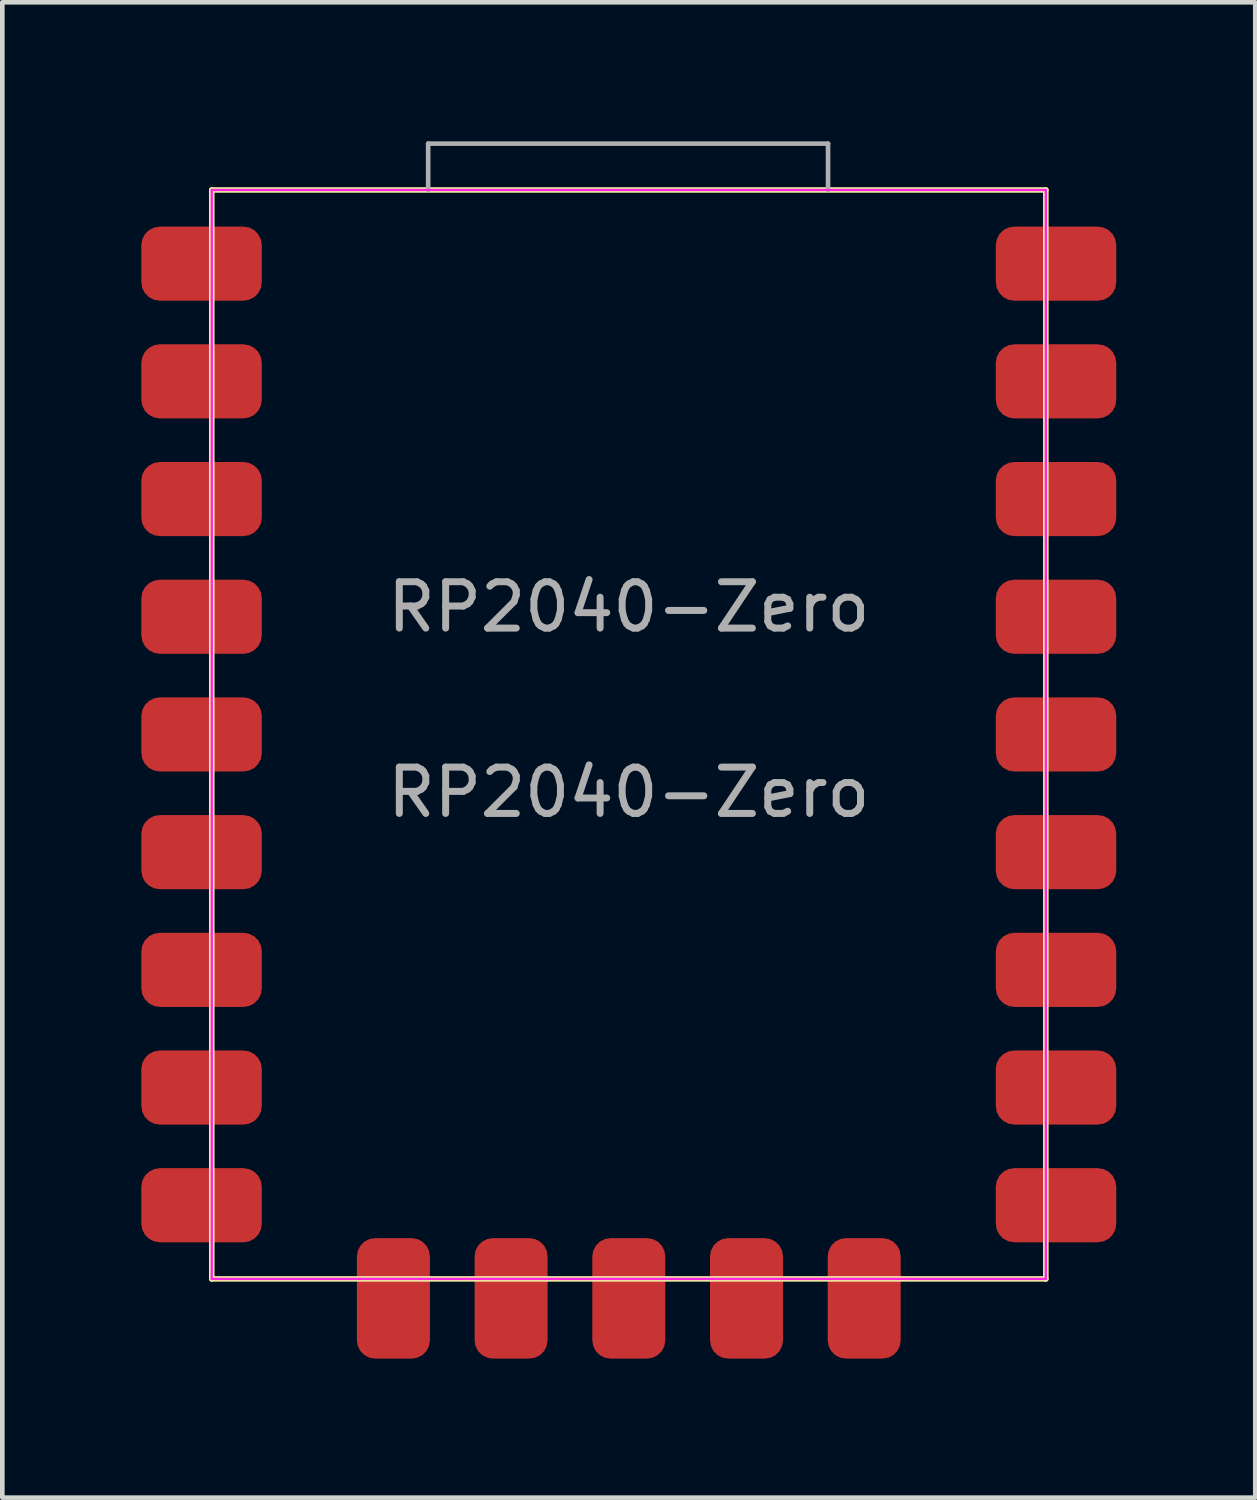
<source format=kicad_pcb>
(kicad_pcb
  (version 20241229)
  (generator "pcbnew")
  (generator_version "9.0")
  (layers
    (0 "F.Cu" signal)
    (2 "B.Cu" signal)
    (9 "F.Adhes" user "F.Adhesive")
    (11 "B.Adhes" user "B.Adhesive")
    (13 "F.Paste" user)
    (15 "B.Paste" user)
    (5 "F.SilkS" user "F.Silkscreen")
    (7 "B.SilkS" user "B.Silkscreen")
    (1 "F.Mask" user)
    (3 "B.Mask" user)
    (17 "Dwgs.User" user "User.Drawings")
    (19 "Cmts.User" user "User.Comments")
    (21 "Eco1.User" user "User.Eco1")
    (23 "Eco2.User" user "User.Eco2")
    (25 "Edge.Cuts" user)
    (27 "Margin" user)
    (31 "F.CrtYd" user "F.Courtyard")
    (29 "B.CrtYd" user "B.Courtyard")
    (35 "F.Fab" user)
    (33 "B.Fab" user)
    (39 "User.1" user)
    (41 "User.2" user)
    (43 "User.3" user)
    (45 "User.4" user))
  (footprint "RP2040-Zero"
    (layer "F.Cu")
    (at 0.36 25.5)
    (property "Reference" "RP2040-Zero" (at 10.16 -15.45 0) (unlocked yes) (layer "F.Fab") (effects (font (size 1 1) (thickness 0.15))))
    (attr through_hole)
    (fp_line (start 1.16 -24.45) (end 1.16 -0.95) (stroke (width 0.12) (type solid)) (layer "F.SilkS"))
    (fp_line (start 1.16 -0.95) (end 19.16 -0.95) (stroke (width 0.12) (type solid)) (layer "F.SilkS"))
    (fp_line (start 19.16 -24.45) (end 1.16 -24.45) (stroke (width 0.12) (type solid)) (layer "F.SilkS"))
    (fp_line (start 19.16 -0.95) (end 19.16 -24.45) (stroke (width 0.12) (type solid)) (layer "F.SilkS"))
    (fp_line (start 1.16 -24.45) (end 19.16 -24.45) (stroke (width 0.05) (type solid)) (layer "F.CrtYd"))
    (fp_line (start 1.16 -0.95) (end 1.16 -24.45) (stroke (width 0.05) (type solid)) (layer "F.CrtYd"))
    (fp_line (start 19.16 -24.45) (end 19.16 -0.95) (stroke (width 0.05) (type solid)) (layer "F.CrtYd"))
    (fp_line (start 19.16 -0.95) (end 1.16 -0.95) (stroke (width 0.05) (type solid)) (layer "F.CrtYd"))
    (fp_line (start 5.83 -25.45) (end 5.83 -24.45) (stroke (width 0.1) (type solid)) (layer "F.Fab"))
    (fp_line (start 5.83 -25.45) (end 14.46 -25.45) (stroke (width 0.1) (type solid)) (layer "F.Fab"))
    (fp_line (start 14.46 -25.45) (end 14.46 -24.45) (stroke (width 0.1) (type solid)) (layer "F.Fab"))
    (fp_text user "${REFERENCE}" (at 10.16 -11.45 0) (unlocked yes) (layer "F.Fab") (effects (font (size 1 1) (thickness 0.15))))
    (pad "1" smd roundrect (at 19.38 -22.86) (size 2.6 1.6) (layers "F.Cu" "F.Mask" "F.Paste") (roundrect_rratio 0.25))
    (pad "2" smd roundrect (at 19.38 -20.32) (size 2.6 1.6) (layers "F.Cu" "F.Mask" "F.Paste") (roundrect_rratio 0.25))
    (pad "3" smd roundrect (at 19.38 -17.78) (size 2.6 1.6) (layers "F.Cu" "F.Mask" "F.Paste") (roundrect_rratio 0.25))
    (pad "4" smd roundrect (at 19.38 -15.24) (size 2.6 1.6) (layers "F.Cu" "F.Mask" "F.Paste") (roundrect_rratio 0.25))
    (pad "5" smd roundrect (at 19.38 -12.7) (size 2.6 1.6) (layers "F.Cu" "F.Mask" "F.Paste") (roundrect_rratio 0.25))
    (pad "6" smd roundrect (at 19.38 -10.16) (size 2.6 1.6) (layers "F.Cu" "F.Mask" "F.Paste") (roundrect_rratio 0.25))
    (pad "7" smd roundrect (at 19.38 -7.62) (size 2.6 1.6) (layers "F.Cu" "F.Mask" "F.Paste") (roundrect_rratio 0.25))
    (pad "8" smd roundrect (at 19.38 -5.08) (size 2.6 1.6) (layers "F.Cu" "F.Mask" "F.Paste") (roundrect_rratio 0.25))
    (pad "9" smd roundrect (at 19.38 -2.54) (size 2.6 1.6) (layers "F.Cu" "F.Mask" "F.Paste") (roundrect_rratio 0.25))
    (pad "10" smd roundrect (at 15.24 -0.53) (size 1.575 2.6) (layers "F.Cu" "F.Mask" "F.Paste") (roundrect_rratio 0.25))
    (pad "11" smd roundrect (at 12.7 -0.53) (size 1.575 2.6) (layers "F.Cu" "F.Mask" "F.Paste") (roundrect_rratio 0.25))
    (pad "12" smd roundrect (at 10.16 -0.53) (size 1.575 2.6) (layers "F.Cu" "F.Mask" "F.Paste") (roundrect_rratio 0.25))
    (pad "13" smd roundrect (at 7.62 -0.53) (size 1.575 2.6) (layers "F.Cu" "F.Mask" "F.Paste") (roundrect_rratio 0.25))
    (pad "14" smd roundrect (at 5.08 -0.53) (size 1.575 2.6) (layers "F.Cu" "F.Mask" "F.Paste") (roundrect_rratio 0.25))
    (pad "15" smd roundrect (at 0.94 -2.54) (size 2.6 1.6) (layers "F.Cu" "F.Mask" "F.Paste") (roundrect_rratio 0.25))
    (pad "16" smd roundrect (at 0.94 -5.08) (size 2.6 1.6) (layers "F.Cu" "F.Mask" "F.Paste") (roundrect_rratio 0.25))
    (pad "17" smd roundrect (at 0.94 -7.62) (size 2.6 1.6) (layers "F.Cu" "F.Mask" "F.Paste") (roundrect_rratio 0.25))
    (pad "18" smd roundrect (at 0.94 -10.16) (size 2.6 1.6) (layers "F.Cu" "F.Mask" "F.Paste") (roundrect_rratio 0.25))
    (pad "19" smd roundrect (at 0.94 -12.7) (size 2.6 1.6) (layers "F.Cu" "F.Mask" "F.Paste") (roundrect_rratio 0.25))
    (pad "20" smd roundrect (at 0.94 -15.24) (size 2.6 1.6) (layers "F.Cu" "F.Mask" "F.Paste") (roundrect_rratio 0.25))
    (pad "21" smd roundrect (at 0.94 -17.78) (size 2.6 1.6) (layers "F.Cu" "F.Mask" "F.Paste") (roundrect_rratio 0.25))
    (pad "22" smd roundrect (at 0.94 -20.32) (size 2.6 1.6) (layers "F.Cu" "F.Mask" "F.Paste") (roundrect_rratio 0.25))
    (pad "23" smd roundrect (at 0.94 -22.86) (size 2.6 1.6) (layers "F.Cu" "F.Mask" "F.Paste") (roundrect_rratio 0.25)))
  (gr_rect
    (start -3 -3)
    (end 24.04 29.27)
    (stroke (width 0.1) (type default))
    (fill no)
    (layer "Edge.Cuts")))
</source>
